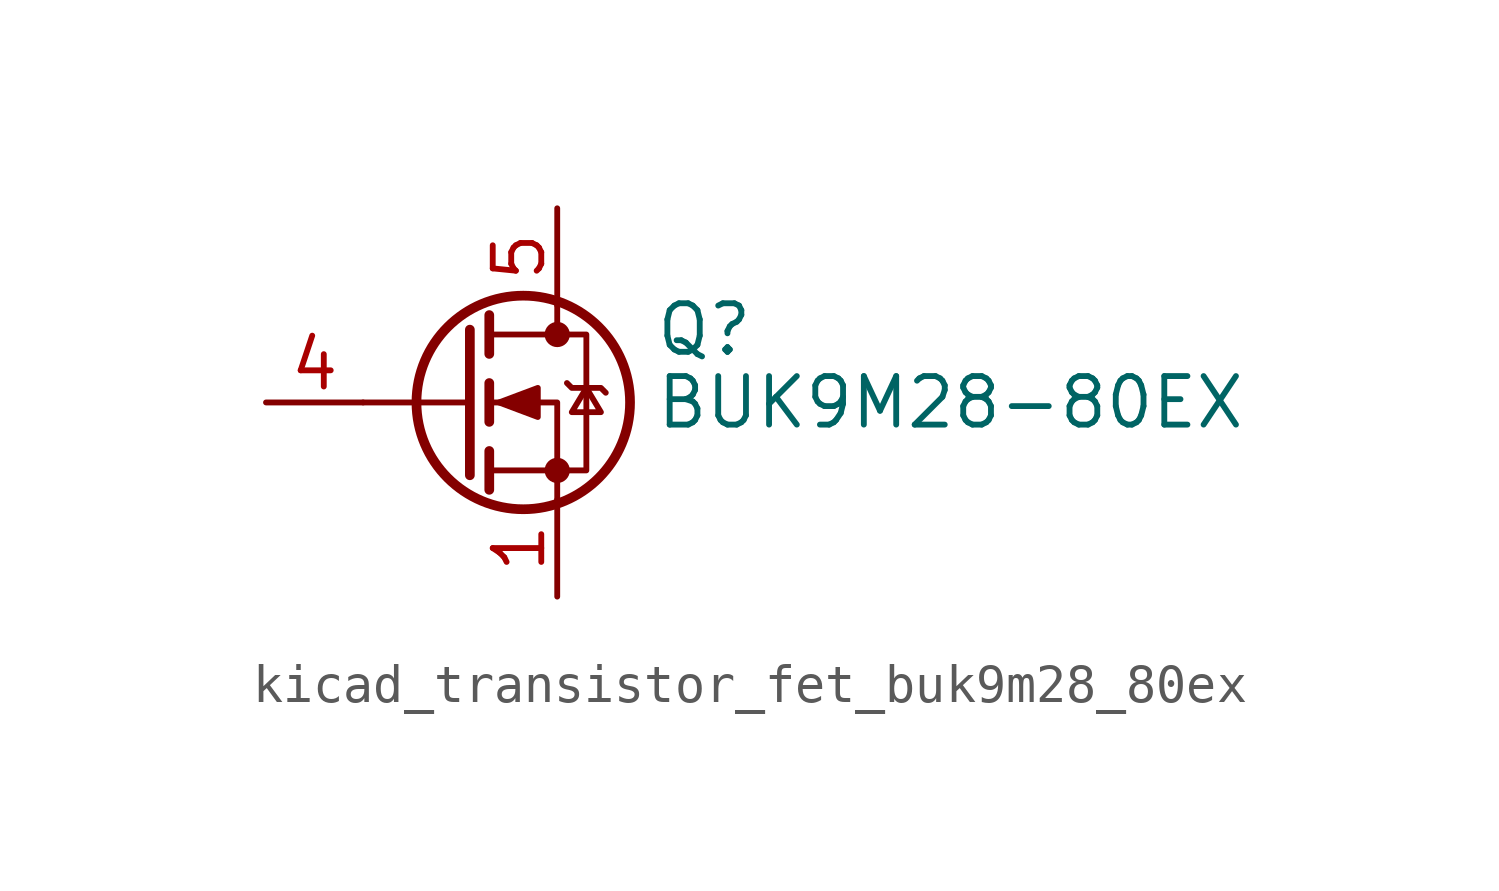
<source format=kicad_sym>
(kicad_symbol_lib
  (version 20220914)
  (generator kicad_symbol_editor)
  (symbol "kicad_transistor_fet_buk9m28_80ex"
    (pin_names hide)
    (property "Reference" "Q"
      (at 5.08 1.905 0)
      (effects (font (size 1.27 1.27)) (justify left)))
    (property "Value" "BUK9M28-80EX"
      (at 5.08 0 0)
      (effects (font (size 1.27 1.27)) (justify left)))
    (symbol "kicad_transistor_fet_buk9m28_80ex_0_1"
      (polyline (pts (xy 0.254 0) (xy -2.54 0)) (stroke (width 0) (type default)) (fill (type none)))
      (polyline (pts (xy 0.254 1.905) (xy 0.254 -1.905)) (stroke (width 0.254) (type default)) (fill (type none)))
      (polyline (pts (xy 0.762 -1.27) (xy 0.762 -2.286)) (stroke (width 0.254) (type default)) (fill (type none)))
      (polyline (pts (xy 0.762 0.508) (xy 0.762 -0.508)) (stroke (width 0.254) (type default)) (fill (type none)))
      (polyline (pts (xy 0.762 2.286) (xy 0.762 1.27)) (stroke (width 0.254) (type default)) (fill (type none)))
      (polyline (pts (xy 2.54 2.54) (xy 2.54 1.778)) (stroke (width 0) (type default)) (fill (type none)))
      (polyline (pts (xy 2.54 -2.54) (xy 2.54 0) (xy 0.762 0)) (stroke (width 0) (type default)) (fill (type none)))
      (polyline (pts (xy 0.762 -1.778) (xy 3.302 -1.778) (xy 3.302 1.778) (xy 0.762 1.778)) (stroke (width 0) (type default)) (fill (type none)))
      (polyline (pts (xy 1.016 0) (xy 2.032 0.381) (xy 2.032 -0.381) (xy 1.016 0)) (stroke (width 0) (type default)) (fill (type outline)))
      (polyline (pts (xy 2.794 0.508) (xy 2.921 0.381) (xy 3.683 0.381) (xy 3.81 0.254)) (stroke (width 0) (type default)) (fill (type none)))
      (polyline (pts (xy 3.302 0.381) (xy 2.921 -0.254) (xy 3.683 -0.254) (xy 3.302 0.381)) (stroke (width 0) (type default)) (fill (type none)))
      (circle (center 1.651 0) (radius 2.794) (stroke (width 0.254) (type default)) (fill (type none)))
      (circle (center 2.54 -1.778) (radius 0.254) (stroke (width 0) (type default)) (fill (type outline)))
      (circle (center 2.54 1.778) (radius 0.254) (stroke (width 0) (type default)) (fill (type outline))))
    (symbol "kicad_transistor_fet_buk9m28_80ex_1_1"
      (pin passive line (at 2.54 -5.08 90) (length 2.54) (name "S" (effects (font (size 1.27 1.27)))) (number "1" (effects (font (size 1.27 1.27)))))
      (pin passive line (at 2.54 -5.08 90) (length 2.54) hide (name "S" (effects (font (size 1.27 1.27)))) (number "2" (effects (font (size 1.27 1.27)))))
      (pin passive line (at 2.54 -5.08 90) (length 2.54) hide (name "S" (effects (font (size 1.27 1.27)))) (number "3" (effects (font (size 1.27 1.27)))))
      (pin passive line (at -5.08 0 0) (length 2.54) (name "G" (effects (font (size 1.27 1.27)))) (number "4" (effects (font (size 1.27 1.27)))))
      (pin passive line (at 2.54 5.08 270) (length 2.54) (name "D" (effects (font (size 1.27 1.27)))) (number "5" (effects (font (size 1.27 1.27))))))))
</source>
